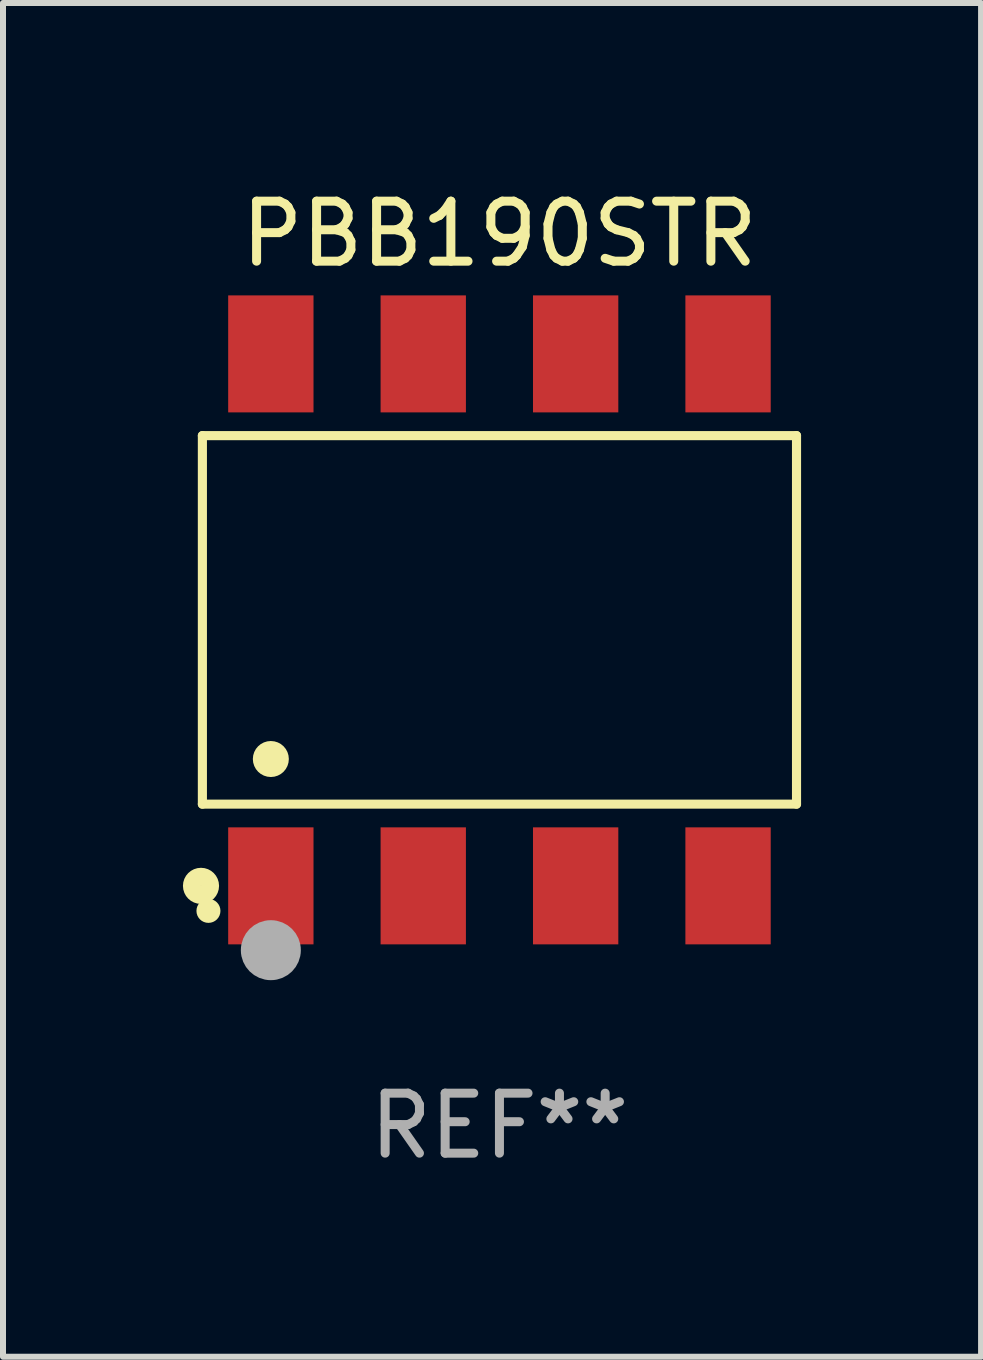
<source format=kicad_pcb>
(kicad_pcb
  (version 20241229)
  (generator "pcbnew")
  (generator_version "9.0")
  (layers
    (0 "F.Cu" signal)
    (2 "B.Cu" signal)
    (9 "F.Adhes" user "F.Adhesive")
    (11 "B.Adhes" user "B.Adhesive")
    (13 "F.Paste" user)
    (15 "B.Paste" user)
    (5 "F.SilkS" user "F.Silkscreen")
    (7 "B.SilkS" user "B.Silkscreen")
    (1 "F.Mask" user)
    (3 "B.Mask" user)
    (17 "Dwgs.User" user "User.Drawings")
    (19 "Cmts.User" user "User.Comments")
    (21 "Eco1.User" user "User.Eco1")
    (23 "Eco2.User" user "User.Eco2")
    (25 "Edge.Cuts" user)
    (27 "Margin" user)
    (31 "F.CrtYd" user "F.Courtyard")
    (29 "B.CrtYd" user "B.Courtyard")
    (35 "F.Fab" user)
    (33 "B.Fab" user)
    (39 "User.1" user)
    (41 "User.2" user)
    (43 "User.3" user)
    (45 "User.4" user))
  (footprint "PBB190STR"
    (layer "F.Cu")
    (at 5.274 7.281)
    (property "Reference" "PBB190STR" (at 0 -6.433 0) (layer "F.SilkS") (effects (font (size 1 1) (thickness 0.15))))
    (attr through_hole)
    (fp_line (start -4.951 -3.071) (end 4.951 -3.071) (stroke (width 0.152) (type solid)) (layer "F.SilkS"))
    (fp_line (start -4.951 3.071) (end -4.951 -3.071) (stroke (width 0.152) (type solid)) (layer "F.SilkS"))
    (fp_line (start 4.951 -3.071) (end 4.951 3.071) (stroke (width 0.152) (type solid)) (layer "F.SilkS"))
    (fp_line (start 4.951 3.071) (end -4.951 3.071) (stroke (width 0.152) (type solid)) (layer "F.SilkS"))
    (fp_circle (center -4.974 4.433) (end -4.823 4.433) (stroke (width 0.3) (type solid)) (fill no) (layer "F.SilkS"))
    (fp_circle (center -4.85 4.85) (end -4.75 4.85) (stroke (width 0.2) (type solid)) (fill no) (layer "F.SilkS"))
    (fp_circle (center -3.81 2.319) (end -3.66 2.319) (stroke (width 0.3) (type solid)) (fill no) (layer "F.SilkS"))
    (fp_circle (center -3.81 5.505) (end -3.56 5.505) (stroke (width 0.5) (type solid)) (fill no) (layer "F.Fab"))
    (fp_text user "REF**" (at 0 8.433 0) (layer "F.Fab") (effects (font (size 1 1) (thickness 0.15))))
    (pad "1" smd rect (at -3.81 4.433) (size 1.422 1.95) (layers "F.Cu" "F.Mask" "F.Paste"))
    (pad "2" smd rect (at -1.27 4.433) (size 1.422 1.95) (layers "F.Cu" "F.Mask" "F.Paste"))
    (pad "3" smd rect (at 1.27 4.433) (size 1.422 1.95) (layers "F.Cu" "F.Mask" "F.Paste"))
    (pad "4" smd rect (at 3.81 4.433) (size 1.422 1.95) (layers "F.Cu" "F.Mask" "F.Paste"))
    (pad "5" smd rect (at 3.81 -4.433) (size 1.422 1.95) (layers "F.Cu" "F.Mask" "F.Paste"))
    (pad "6" smd rect (at 1.27 -4.433) (size 1.422 1.95) (layers "F.Cu" "F.Mask" "F.Paste"))
    (pad "7" smd rect (at -1.27 -4.433) (size 1.422 1.95) (layers "F.Cu" "F.Mask" "F.Paste"))
    (pad "8" smd rect (at -3.81 -4.433) (size 1.422 1.95) (layers "F.Cu" "F.Mask" "F.Paste")))
  (gr_rect
    (start -3 -3)
    (end 13.301 19.562)
    (stroke (width 0.1) (type default))
    (fill no)
    (layer "Edge.Cuts")))
</source>
